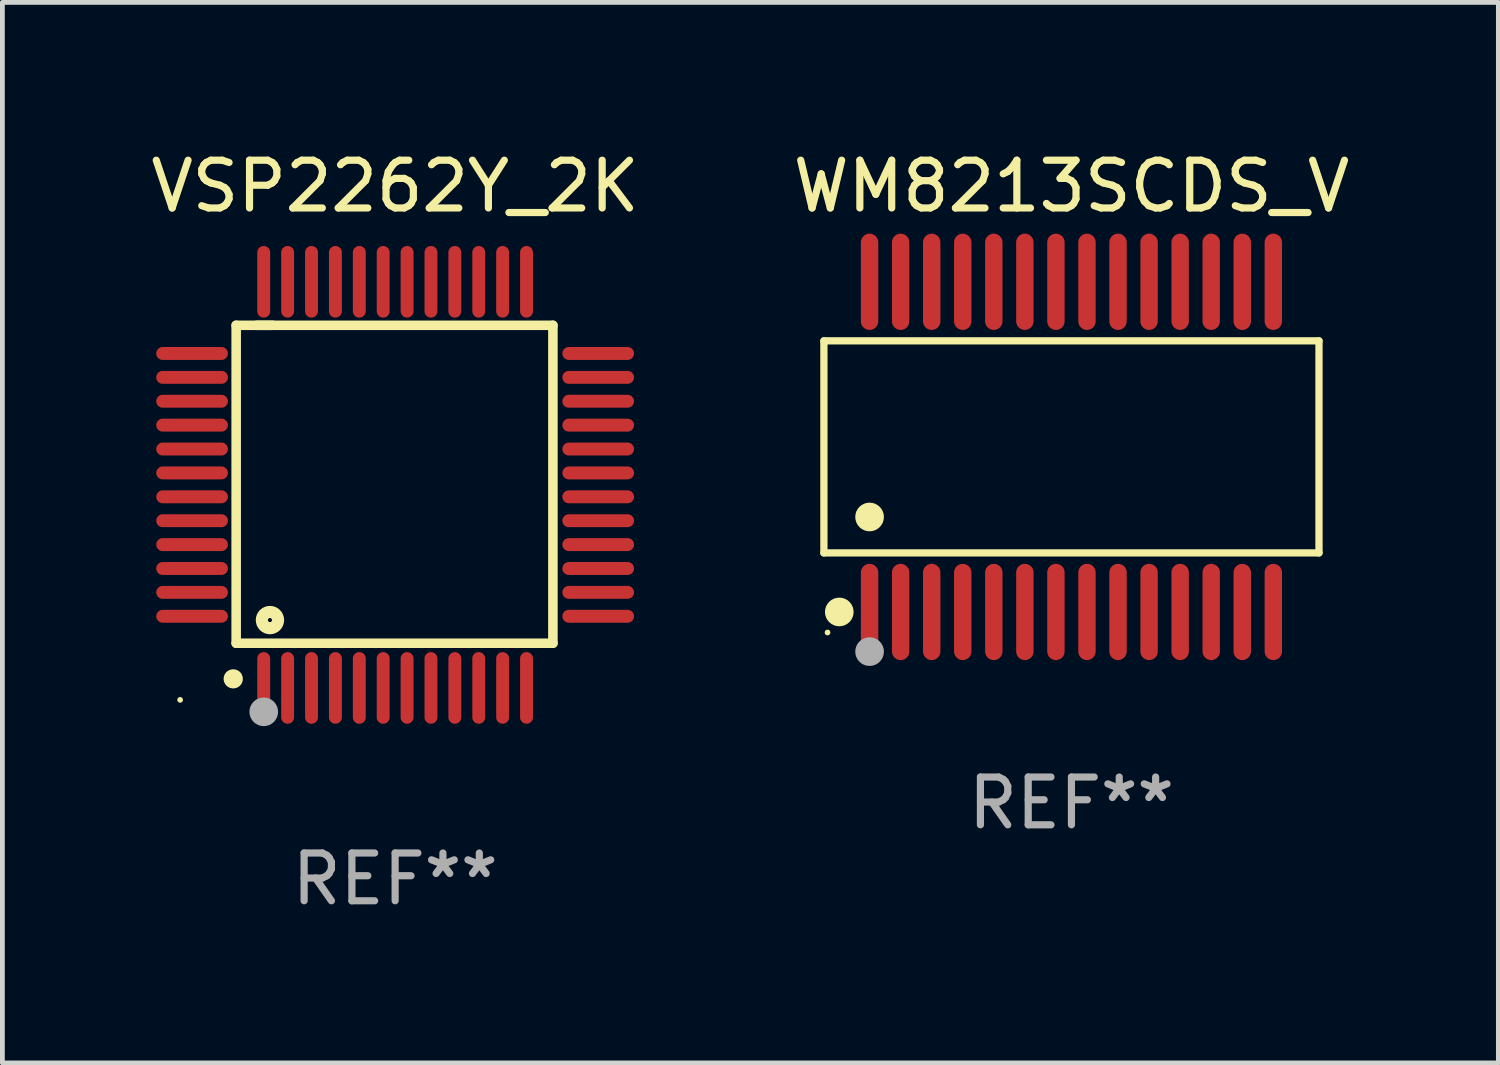
<source format=kicad_pcb>
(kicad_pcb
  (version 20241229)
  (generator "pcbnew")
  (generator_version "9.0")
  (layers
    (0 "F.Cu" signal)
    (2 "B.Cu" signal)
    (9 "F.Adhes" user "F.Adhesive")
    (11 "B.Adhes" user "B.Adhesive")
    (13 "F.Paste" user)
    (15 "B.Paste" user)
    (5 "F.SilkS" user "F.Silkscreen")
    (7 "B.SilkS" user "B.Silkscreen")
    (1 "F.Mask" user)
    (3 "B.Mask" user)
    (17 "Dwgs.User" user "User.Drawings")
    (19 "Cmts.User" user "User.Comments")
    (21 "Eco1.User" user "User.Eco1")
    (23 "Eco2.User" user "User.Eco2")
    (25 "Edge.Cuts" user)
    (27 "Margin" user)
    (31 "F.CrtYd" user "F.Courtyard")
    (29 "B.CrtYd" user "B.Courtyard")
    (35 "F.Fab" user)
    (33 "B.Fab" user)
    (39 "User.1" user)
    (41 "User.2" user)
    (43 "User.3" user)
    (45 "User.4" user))
  (footprint "VSP2262Y_2K"
    (layer "F.Cu")
    (at 5.22 7.098)
    (property "Reference" "VSP2262Y_2K" (at 0 -6.25 0) (layer "F.SilkS") (effects (font (size 1 1) (thickness 0.15))))
    (attr through_hole)
    (fp_line (start -3.327 -3.34) (end -2.565 -3.34) (stroke (width 0.2) (type solid)) (layer "F.SilkS"))
    (fp_line (start -3.327 3.315) (end -3.327 -3.34) (stroke (width 0.2) (type solid)) (layer "F.SilkS"))
    (fp_line (start -2.896 -3.34) (end 3.302 -3.34) (stroke (width 0.2) (type solid)) (layer "F.SilkS"))
    (fp_line (start 3.302 -3.34) (end 3.302 3.315) (stroke (width 0.2) (type solid)) (layer "F.SilkS"))
    (fp_line (start 3.302 3.315) (end -3.327 3.315) (stroke (width 0.2) (type solid)) (layer "F.SilkS"))
    (fp_arc (start -3.389992 4.059995) (mid -3.388722 4.059991) (end -3.387452 4.059995) (stroke (width 0.4) (type solid)) (layer "F.SilkS"))
    (fp_circle (center -4.5 4.5) (end -4.47 4.5) (stroke (width 0.06) (type solid)) (fill no) (layer "F.SilkS"))
    (fp_circle (center -2.62 2.83) (end -2.45 2.83) (stroke (width 0.254) (type solid)) (fill no) (layer "F.SilkS"))
    (fp_circle (center -2.75 4.75) (end -2.6 4.75) (stroke (width 0.3) (type solid)) (fill no) (layer "F.Fab"))
    (fp_text user "REF**" (at 0 8.25 0) (layer "F.Fab") (effects (font (size 1 1) (thickness 0.15))))
    (pad "1" smd oval (at -2.75 4.25) (size 0.27 1.5) (layers "F.Cu" "F.Mask" "F.Paste"))
    (pad "2" smd oval (at -2.25 4.25) (size 0.27 1.5) (layers "F.Cu" "F.Mask" "F.Paste"))
    (pad "3" smd oval (at -1.75 4.25) (size 0.27 1.5) (layers "F.Cu" "F.Mask" "F.Paste"))
    (pad "4" smd oval (at -1.25 4.25) (size 0.27 1.5) (layers "F.Cu" "F.Mask" "F.Paste"))
    (pad "5" smd oval (at -0.75 4.25) (size 0.27 1.5) (layers "F.Cu" "F.Mask" "F.Paste"))
    (pad "6" smd oval (at -0.25 4.25) (size 0.27 1.5) (layers "F.Cu" "F.Mask" "F.Paste"))
    (pad "7" smd oval (at 0.25 4.25) (size 0.27 1.5) (layers "F.Cu" "F.Mask" "F.Paste"))
    (pad "8" smd oval (at 0.75 4.25) (size 0.27 1.5) (layers "F.Cu" "F.Mask" "F.Paste"))
    (pad "9" smd oval (at 1.25 4.25) (size 0.27 1.5) (layers "F.Cu" "F.Mask" "F.Paste"))
    (pad "10" smd oval (at 1.75 4.25) (size 0.27 1.5) (layers "F.Cu" "F.Mask" "F.Paste"))
    (pad "11" smd oval (at 2.25 4.25) (size 0.27 1.5) (layers "F.Cu" "F.Mask" "F.Paste"))
    (pad "12" smd oval (at 2.75 4.25) (size 0.27 1.5) (layers "F.Cu" "F.Mask" "F.Paste"))
    (pad "13" smd oval (at 4.25 2.75) (size 1.5 0.27) (layers "F.Cu" "F.Mask" "F.Paste"))
    (pad "14" smd oval (at 4.25 2.25) (size 1.5 0.27) (layers "F.Cu" "F.Mask" "F.Paste"))
    (pad "15" smd oval (at 4.25 1.75) (size 1.5 0.27) (layers "F.Cu" "F.Mask" "F.Paste"))
    (pad "16" smd oval (at 4.25 1.25) (size 1.5 0.27) (layers "F.Cu" "F.Mask" "F.Paste"))
    (pad "17" smd oval (at 4.25 0.75) (size 1.5 0.27) (layers "F.Cu" "F.Mask" "F.Paste"))
    (pad "18" smd oval (at 4.25 0.25) (size 1.5 0.27) (layers "F.Cu" "F.Mask" "F.Paste"))
    (pad "19" smd oval (at 4.25 -0.25) (size 1.5 0.27) (layers "F.Cu" "F.Mask" "F.Paste"))
    (pad "20" smd oval (at 4.25 -0.75) (size 1.5 0.27) (layers "F.Cu" "F.Mask" "F.Paste"))
    (pad "21" smd oval (at 4.25 -1.25) (size 1.5 0.27) (layers "F.Cu" "F.Mask" "F.Paste"))
    (pad "22" smd oval (at 4.25 -1.75) (size 1.5 0.27) (layers "F.Cu" "F.Mask" "F.Paste"))
    (pad "23" smd oval (at 4.25 -2.25) (size 1.5 0.27) (layers "F.Cu" "F.Mask" "F.Paste"))
    (pad "24" smd oval (at 4.25 -2.75) (size 1.5 0.27) (layers "F.Cu" "F.Mask" "F.Paste"))
    (pad "25" smd oval (at 2.75 -4.25) (size 0.27 1.5) (layers "F.Cu" "F.Mask" "F.Paste"))
    (pad "26" smd oval (at 2.25 -4.25) (size 0.27 1.5) (layers "F.Cu" "F.Mask" "F.Paste"))
    (pad "27" smd oval (at 1.75 -4.25) (size 0.27 1.5) (layers "F.Cu" "F.Mask" "F.Paste"))
    (pad "28" smd oval (at 1.25 -4.25) (size 0.27 1.5) (layers "F.Cu" "F.Mask" "F.Paste"))
    (pad "29" smd oval (at 0.75 -4.25) (size 0.27 1.5) (layers "F.Cu" "F.Mask" "F.Paste"))
    (pad "30" smd oval (at 0.25 -4.25) (size 0.27 1.5) (layers "F.Cu" "F.Mask" "F.Paste"))
    (pad "31" smd oval (at -0.25 -4.25) (size 0.27 1.5) (layers "F.Cu" "F.Mask" "F.Paste"))
    (pad "32" smd oval (at -0.75 -4.25) (size 0.27 1.5) (layers "F.Cu" "F.Mask" "F.Paste"))
    (pad "33" smd oval (at -1.25 -4.25) (size 0.27 1.5) (layers "F.Cu" "F.Mask" "F.Paste"))
    (pad "34" smd oval (at -1.75 -4.25) (size 0.27 1.5) (layers "F.Cu" "F.Mask" "F.Paste"))
    (pad "35" smd oval (at -2.25 -4.25) (size 0.27 1.5) (layers "F.Cu" "F.Mask" "F.Paste"))
    (pad "36" smd oval (at -2.75 -4.25) (size 0.27 1.5) (layers "F.Cu" "F.Mask" "F.Paste"))
    (pad "37" smd oval (at -4.25 -2.75) (size 1.5 0.27) (layers "F.Cu" "F.Mask" "F.Paste"))
    (pad "38" smd oval (at -4.25 -2.25) (size 1.5 0.27) (layers "F.Cu" "F.Mask" "F.Paste"))
    (pad "39" smd oval (at -4.25 -1.75) (size 1.5 0.27) (layers "F.Cu" "F.Mask" "F.Paste"))
    (pad "40" smd oval (at -4.25 -1.25) (size 1.5 0.27) (layers "F.Cu" "F.Mask" "F.Paste"))
    (pad "41" smd oval (at -4.25 -0.75) (size 1.5 0.27) (layers "F.Cu" "F.Mask" "F.Paste"))
    (pad "42" smd oval (at -4.25 -0.25) (size 1.5 0.27) (layers "F.Cu" "F.Mask" "F.Paste"))
    (pad "43" smd oval (at -4.25 0.25) (size 1.5 0.27) (layers "F.Cu" "F.Mask" "F.Paste"))
    (pad "44" smd oval (at -4.25 0.75) (size 1.5 0.27) (layers "F.Cu" "F.Mask" "F.Paste"))
    (pad "45" smd oval (at -4.25 1.25) (size 1.5 0.27) (layers "F.Cu" "F.Mask" "F.Paste"))
    (pad "46" smd oval (at -4.25 1.75) (size 1.5 0.27) (layers "F.Cu" "F.Mask" "F.Paste"))
    (pad "47" smd oval (at -4.25 2.25) (size 1.5 0.27) (layers "F.Cu" "F.Mask" "F.Paste"))
    (pad "48" smd oval (at -4.25 2.75) (size 1.5 0.27) (layers "F.Cu" "F.Mask" "F.Paste")))
  (footprint "WM8213SCDS_V"
    (layer "F.Cu")
    (at 19.375 6.303)
    (property "Reference" "WM8213SCDS_V" (at 0 -5.455 0) (layer "F.SilkS") (effects (font (size 1 1) (thickness 0.15))))
    (attr through_hole)
    (fp_line (start -5.181 -2.219) (end 5.181 -2.219) (stroke (width 0.152) (type solid)) (layer "F.SilkS"))
    (fp_line (start -5.181 2.219) (end -5.181 -2.219) (stroke (width 0.152) (type solid)) (layer "F.SilkS"))
    (fp_line (start 5.181 -2.219) (end 5.181 2.219) (stroke (width 0.152) (type solid)) (layer "F.SilkS"))
    (fp_line (start 5.181 2.219) (end -5.181 2.219) (stroke (width 0.152) (type solid)) (layer "F.SilkS"))
    (fp_circle (center -5.105 3.885) (end -5.075 3.885) (stroke (width 0.06) (type solid)) (fill no) (layer "F.SilkS"))
    (fp_circle (center -4.859 3.455) (end -4.709 3.455) (stroke (width 0.3) (type solid)) (fill no) (layer "F.SilkS"))
    (fp_circle (center -4.225 1.467) (end -4.075 1.467) (stroke (width 0.3) (type solid)) (fill no) (layer "F.SilkS"))
    (fp_circle (center -4.225 4.285) (end -4.075 4.285) (stroke (width 0.3) (type solid)) (fill no) (layer "F.Fab"))
    (fp_text user "REF**" (at 0 7.455 0) (layer "F.Fab") (effects (font (size 1 1) (thickness 0.15))))
    (pad "1" smd oval (at -4.225 3.455) (size 0.364 2.015) (layers "F.Cu" "F.Mask" "F.Paste"))
    (pad "2" smd oval (at -3.575 3.455) (size 0.364 2.015) (layers "F.Cu" "F.Mask" "F.Paste"))
    (pad "3" smd oval (at -2.925 3.455) (size 0.364 2.015) (layers "F.Cu" "F.Mask" "F.Paste"))
    (pad "4" smd oval (at -2.275 3.455) (size 0.364 2.015) (layers "F.Cu" "F.Mask" "F.Paste"))
    (pad "5" smd oval (at -1.625 3.455) (size 0.364 2.015) (layers "F.Cu" "F.Mask" "F.Paste"))
    (pad "6" smd oval (at -0.975 3.455) (size 0.364 2.015) (layers "F.Cu" "F.Mask" "F.Paste"))
    (pad "7" smd oval (at -0.325 3.455) (size 0.364 2.015) (layers "F.Cu" "F.Mask" "F.Paste"))
    (pad "8" smd oval (at 0.325 3.455) (size 0.364 2.015) (layers "F.Cu" "F.Mask" "F.Paste"))
    (pad "9" smd oval (at 0.975 3.455) (size 0.364 2.015) (layers "F.Cu" "F.Mask" "F.Paste"))
    (pad "10" smd oval (at 1.625 3.455) (size 0.364 2.015) (layers "F.Cu" "F.Mask" "F.Paste"))
    (pad "11" smd oval (at 2.275 3.455) (size 0.364 2.015) (layers "F.Cu" "F.Mask" "F.Paste"))
    (pad "12" smd oval (at 2.925 3.455) (size 0.364 2.015) (layers "F.Cu" "F.Mask" "F.Paste"))
    (pad "13" smd oval (at 3.575 3.455) (size 0.364 2.015) (layers "F.Cu" "F.Mask" "F.Paste"))
    (pad "14" smd oval (at 4.225 3.455) (size 0.364 2.015) (layers "F.Cu" "F.Mask" "F.Paste"))
    (pad "15" smd oval (at 4.225 -3.455) (size 0.364 2.015) (layers "F.Cu" "F.Mask" "F.Paste"))
    (pad "16" smd oval (at 3.575 -3.455) (size 0.364 2.015) (layers "F.Cu" "F.Mask" "F.Paste"))
    (pad "17" smd oval (at 2.925 -3.455) (size 0.364 2.015) (layers "F.Cu" "F.Mask" "F.Paste"))
    (pad "18" smd oval (at 2.275 -3.455) (size 0.364 2.015) (layers "F.Cu" "F.Mask" "F.Paste"))
    (pad "19" smd oval (at 1.625 -3.455) (size 0.364 2.015) (layers "F.Cu" "F.Mask" "F.Paste"))
    (pad "20" smd oval (at 0.975 -3.455) (size 0.364 2.015) (layers "F.Cu" "F.Mask" "F.Paste"))
    (pad "21" smd oval (at 0.325 -3.455) (size 0.364 2.015) (layers "F.Cu" "F.Mask" "F.Paste"))
    (pad "22" smd oval (at -0.325 -3.455) (size 0.364 2.015) (layers "F.Cu" "F.Mask" "F.Paste"))
    (pad "23" smd oval (at -0.975 -3.455) (size 0.364 2.015) (layers "F.Cu" "F.Mask" "F.Paste"))
    (pad "24" smd oval (at -1.625 -3.455) (size 0.364 2.015) (layers "F.Cu" "F.Mask" "F.Paste"))
    (pad "25" smd oval (at -2.275 -3.455) (size 0.364 2.015) (layers "F.Cu" "F.Mask" "F.Paste"))
    (pad "26" smd oval (at -2.925 -3.455) (size 0.364 2.015) (layers "F.Cu" "F.Mask" "F.Paste"))
    (pad "27" smd oval (at -3.575 -3.455) (size 0.364 2.015) (layers "F.Cu" "F.Mask" "F.Paste"))
    (pad "28" smd oval (at -4.225 -3.455) (size 0.364 2.015) (layers "F.Cu" "F.Mask" "F.Paste")))
  (gr_rect
    (start -3 -3)
    (end 28.31 19.196)
    (stroke (width 0.1) (type default))
    (fill no)
    (layer "Edge.Cuts")))
</source>
